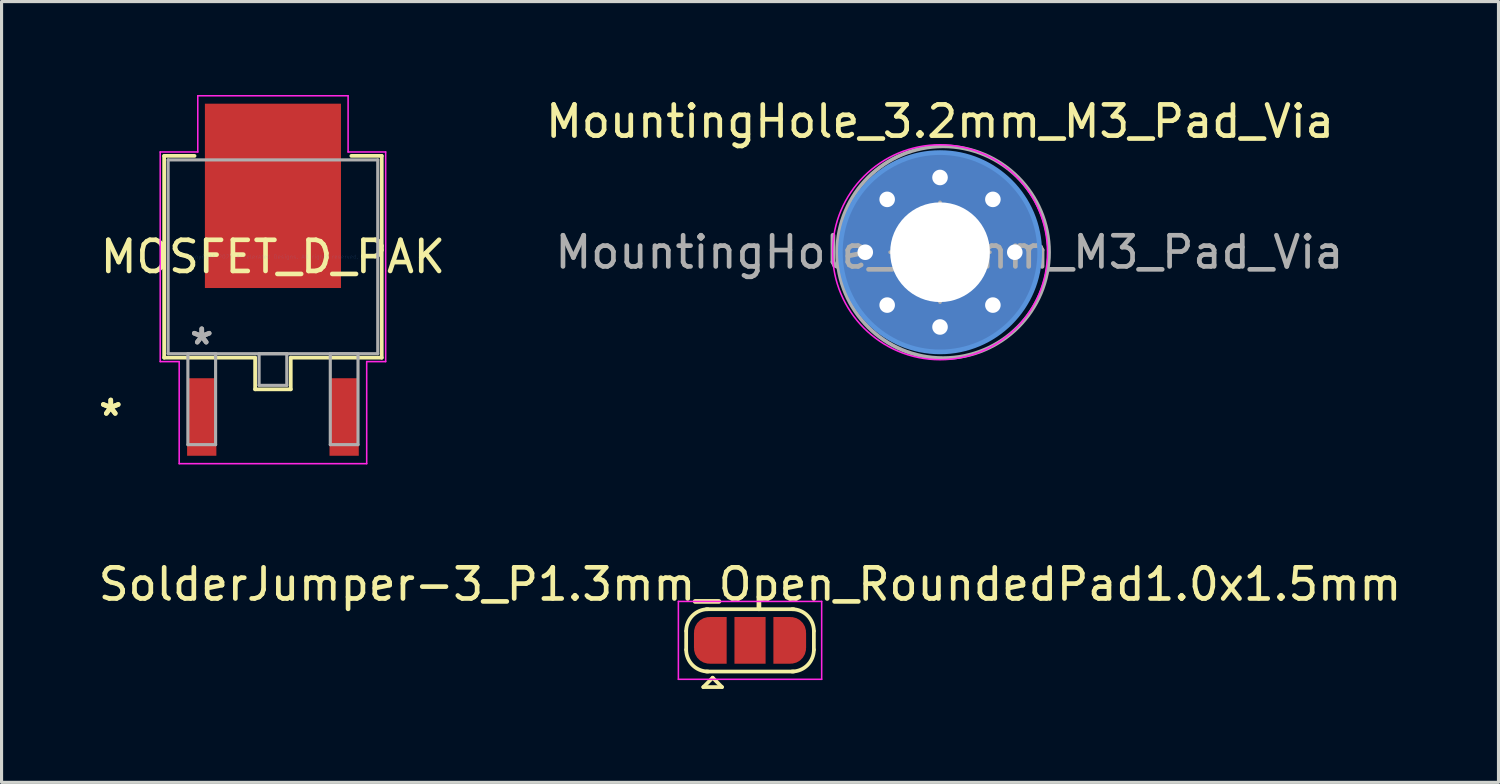
<source format=kicad_pcb>
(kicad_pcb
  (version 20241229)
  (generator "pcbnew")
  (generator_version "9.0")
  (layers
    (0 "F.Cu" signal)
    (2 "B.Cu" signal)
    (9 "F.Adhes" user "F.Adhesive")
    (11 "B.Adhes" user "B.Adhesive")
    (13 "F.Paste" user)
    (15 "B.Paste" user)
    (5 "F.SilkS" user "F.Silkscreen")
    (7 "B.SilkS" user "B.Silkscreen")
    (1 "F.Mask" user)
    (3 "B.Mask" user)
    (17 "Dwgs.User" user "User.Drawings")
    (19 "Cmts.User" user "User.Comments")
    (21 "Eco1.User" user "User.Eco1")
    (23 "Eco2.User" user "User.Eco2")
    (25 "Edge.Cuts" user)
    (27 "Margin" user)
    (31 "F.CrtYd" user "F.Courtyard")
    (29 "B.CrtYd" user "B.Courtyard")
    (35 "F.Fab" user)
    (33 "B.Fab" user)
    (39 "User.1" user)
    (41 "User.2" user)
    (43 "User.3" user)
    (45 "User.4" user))
  (footprint "MOSFET_D_PAK"
    (layer "F.Cu")
    (at 5.713 5.194)
    (property "Reference" "MOSFET_D_PAK" (at 0 0 0) (layer "F.SilkS") (effects (font (size 1 1) (thickness 0.15))))
    (attr through_hole)
    (fp_line (start -3.493 -3.239) (end -3.493 3.239) (stroke (width 0.12) (type solid)) (layer "F.SilkS"))
    (fp_line (start -3.493 3.239) (end -0.572 3.239) (stroke (width 0.12) (type solid)) (layer "F.SilkS"))
    (fp_line (start -2.517 -3.239) (end -3.493 -3.239) (stroke (width 0.12) (type solid)) (layer "F.SilkS"))
    (fp_line (start -0.572 3.239) (end -0.572 4.255) (stroke (width 0.12) (type solid)) (layer "F.SilkS"))
    (fp_line (start -0.572 4.255) (end 0.572 4.255) (stroke (width 0.12) (type solid)) (layer "F.SilkS"))
    (fp_line (start 0.572 3.239) (end 3.493 3.239) (stroke (width 0.12) (type solid)) (layer "F.SilkS"))
    (fp_line (start 0.572 4.255) (end 0.572 3.239) (stroke (width 0.12) (type solid)) (layer "F.SilkS"))
    (fp_line (start 3.493 -3.239) (end 2.517 -3.239) (stroke (width 0.12) (type solid)) (layer "F.SilkS"))
    (fp_line (start 3.493 3.239) (end 3.493 -3.239) (stroke (width 0.12) (type solid)) (layer "F.SilkS"))
    (fp_line (start -3.619 -3.365) (end -2.413 -3.365) (stroke (width 0.05) (type solid)) (layer "F.CrtYd"))
    (fp_line (start -3.619 3.365) (end -3.619 -3.365) (stroke (width 0.05) (type solid)) (layer "F.CrtYd"))
    (fp_line (start -3.01 3.365) (end -3.619 3.365) (stroke (width 0.05) (type solid)) (layer "F.CrtYd"))
    (fp_line (start -3.01 6.642) (end -3.01 3.365) (stroke (width 0.05) (type solid)) (layer "F.CrtYd"))
    (fp_line (start -2.413 -5.169) (end 2.413 -5.169) (stroke (width 0.05) (type solid)) (layer "F.CrtYd"))
    (fp_line (start -2.413 -3.365) (end -2.413 -5.169) (stroke (width 0.05) (type solid)) (layer "F.CrtYd"))
    (fp_line (start 2.413 -5.169) (end 2.413 -3.365) (stroke (width 0.05) (type solid)) (layer "F.CrtYd"))
    (fp_line (start 2.413 -3.365) (end 3.619 -3.365) (stroke (width 0.05) (type solid)) (layer "F.CrtYd"))
    (fp_line (start 3.01 3.365) (end 3.01 6.642) (stroke (width 0.05) (type solid)) (layer "F.CrtYd"))
    (fp_line (start 3.01 6.642) (end -3.01 6.642) (stroke (width 0.05) (type solid)) (layer "F.CrtYd"))
    (fp_line (start 3.619 -3.365) (end 3.619 3.365) (stroke (width 0.05) (type solid)) (layer "F.CrtYd"))
    (fp_line (start 3.619 3.365) (end 3.01 3.365) (stroke (width 0.05) (type solid)) (layer "F.CrtYd"))
    (fp_line (start -3.365 -3.111) (end -3.365 3.111) (stroke (width 0.1) (type solid)) (layer "F.Fab"))
    (fp_line (start -3.365 3.111) (end 3.365 3.111) (stroke (width 0.1) (type solid)) (layer "F.Fab"))
    (fp_line (start -2.731 3.111) (end -2.731 6.032) (stroke (width 0.1) (type solid)) (layer "F.Fab"))
    (fp_line (start -2.731 6.032) (end -1.841 6.032) (stroke (width 0.1) (type solid)) (layer "F.Fab"))
    (fp_line (start -1.841 3.111) (end -2.731 3.111) (stroke (width 0.1) (type solid)) (layer "F.Fab"))
    (fp_line (start -1.841 6.032) (end -1.841 3.111) (stroke (width 0.1) (type solid)) (layer "F.Fab"))
    (fp_line (start -0.445 3.111) (end -0.445 4.128) (stroke (width 0.1) (type solid)) (layer "F.Fab"))
    (fp_line (start -0.445 4.128) (end 0.445 4.128) (stroke (width 0.1) (type solid)) (layer "F.Fab"))
    (fp_line (start 0.445 3.111) (end -0.445 3.111) (stroke (width 0.1) (type solid)) (layer "F.Fab"))
    (fp_line (start 0.445 4.128) (end 0.445 3.111) (stroke (width 0.1) (type solid)) (layer "F.Fab"))
    (fp_line (start 1.841 3.111) (end 1.841 6.032) (stroke (width 0.1) (type solid)) (layer "F.Fab"))
    (fp_line (start 1.841 6.032) (end 2.731 6.032) (stroke (width 0.1) (type solid)) (layer "F.Fab"))
    (fp_line (start 2.731 3.111) (end 1.841 3.111) (stroke (width 0.1) (type solid)) (layer "F.Fab"))
    (fp_line (start 2.731 6.032) (end 2.731 3.111) (stroke (width 0.1) (type solid)) (layer "F.Fab"))
    (fp_line (start 3.365 -3.111) (end -3.365 -3.111) (stroke (width 0.1) (type solid)) (layer "F.Fab"))
    (fp_line (start 3.365 3.111) (end 3.365 -3.111) (stroke (width 0.1) (type solid)) (layer "F.Fab"))
    (fp_text user "*" (at -5.207 5.144 0) (layer "F.SilkS") (effects (font (size 1 1) (thickness 0.15))))
    (fp_text user "*" (at -5.207 5.144 0) (layer "F.SilkS") (effects (font (size 1 1) (thickness 0.15))))
    (fp_text user "Copyright 2021 Accelerated Designs. All rights reserved." (at 0 0 0) (layer "Cmts.User") (effects (font (size 0.127 0.127) (thickness 0.002))))
    (fp_text user "*" (at -2.286 2.857 0) (layer "F.Fab") (effects (font (size 1 1) (thickness 0.15))))
    (fp_text user "*" (at -2.286 2.857 0) (layer "F.Fab") (effects (font (size 1 1) (thickness 0.15))))
    (pad "1" smd rect (at -2.286 5.144) (size 0.94 2.489) (layers "F.Cu" "F.Mask" "F.Paste"))
    (pad "2" smd rect (at 2.286 5.144) (size 0.94 2.489) (layers "F.Cu" "F.Mask" "F.Paste"))
    (pad "3" smd rect (at 0 -1.956) (size 4.369 5.918) (layers "F.Cu" "F.Mask" "F.Paste")))
  (footprint "SolderJumper-3_P1.3mm_Open_RoundedPad1.0x1.5mm"
    (layer "F.Cu")
    (at 21.03 17.509)
    (property "Reference" "SolderJumper-3_P1.3mm_Open_RoundedPad1.0x1.5mm" (at 0 -1.8 0) (layer "F.SilkS") (effects (font (size 1 1) (thickness 0.15))))
    (attr exclude_from_pos_files exclude_from_bom)
    (fp_line (start -2.05 0.3) (end -2.05 -0.3) (stroke (width 0.12) (type solid)) (layer "F.SilkS"))
    (fp_line (start -1.5 1.5) (end -0.9 1.5) (stroke (width 0.12) (type solid)) (layer "F.SilkS"))
    (fp_line (start -1.4 -1) (end 1.4 -1) (stroke (width 0.12) (type solid)) (layer "F.SilkS"))
    (fp_line (start -1.2 1.2) (end -1.5 1.5) (stroke (width 0.12) (type solid)) (layer "F.SilkS"))
    (fp_line (start -1.2 1.2) (end -0.9 1.5) (stroke (width 0.12) (type solid)) (layer "F.SilkS"))
    (fp_line (start 1.4 1) (end -1.4 1) (stroke (width 0.12) (type solid)) (layer "F.SilkS"))
    (fp_line (start 2.05 -0.3) (end 2.05 0.3) (stroke (width 0.12) (type solid)) (layer "F.SilkS"))
    (fp_arc (start -2.05 -0.3) (mid -1.844975 -0.794975) (end -1.35 -1) (stroke (width 0.12) (type solid)) (layer "F.SilkS"))
    (fp_arc (start -1.35 1) (mid -1.844975 0.794975) (end -2.05 0.3) (stroke (width 0.12) (type solid)) (layer "F.SilkS"))
    (fp_arc (start 1.35 -1) (mid 1.844975 -0.794975) (end 2.05 -0.3) (stroke (width 0.12) (type solid)) (layer "F.SilkS"))
    (fp_arc (start 2.05 0.3) (mid 1.844975 0.794975) (end 1.35 1) (stroke (width 0.12) (type solid)) (layer "F.SilkS"))
    (fp_line (start -2.3 -1.25) (end -2.3 1.25) (stroke (width 0.05) (type solid)) (layer "F.CrtYd"))
    (fp_line (start -2.3 -1.25) (end 2.3 -1.25) (stroke (width 0.05) (type solid)) (layer "F.CrtYd"))
    (fp_line (start 2.3 1.25) (end -2.3 1.25) (stroke (width 0.05) (type solid)) (layer "F.CrtYd"))
    (fp_line (start 2.3 1.25) (end 2.3 -1.25) (stroke (width 0.05) (type solid)) (layer "F.CrtYd"))
    (pad "1" smd custom (at -1.3 0) (size 1 0.5) (layers "F.Cu" "F.Mask") (options (anchor rect)) (primitives (gr_circle (center 0 0.25) (end 0.5 0.25) (width 0) (fill yes)) (gr_circle (center 0 -0.25) (end 0.5 -0.25) (width 0) (fill yes)) (gr_poly (pts (xy 0.55 -0.75) (xy 0 -0.75) (xy 0 0.75) (xy 0.55 0.75)) (width 0) (fill yes))))
    (pad "2" smd rect (at 0 0) (size 1 1.5) (layers "F.Cu" "F.Mask"))
    (pad "3" smd custom (at 1.3 0) (size 1 0.5) (layers "F.Cu" "F.Mask") (options (anchor rect)) (primitives (gr_circle (center 0 0.25) (end 0.5 0.25) (width 0) (fill yes)) (gr_circle (center 0 -0.25) (end 0.5 -0.25) (width 0) (fill yes)) (gr_poly (pts (xy -0.55 -0.75) (xy 0 -0.75) (xy 0 0.75) (xy -0.55 0.75)) (width 0) (fill yes)))))
  (footprint "MountingHole_3.2mm_M3_Pad_Via"
    (layer "F.Cu")
    (at 27.13 5.048)
    (property "Reference" "MountingHole_3.2mm_M3_Pad_Via" (at 0 -4.2 0) (layer "F.SilkS") (effects (font (size 1 1) (thickness 0.15))))
    (attr exclude_from_pos_files exclude_from_bom)
    (fp_circle (center 0 0) (end 3.2 0) (stroke (width 0.15) (type solid)) (fill no) (layer "Cmts.User"))
    (fp_circle (center 0 0) (end 3.45 0) (stroke (width 0.05) (type solid)) (fill no) (layer "F.CrtYd"))
    (fp_line (start -1.6 0) (end 1.6 0) (stroke (width 0.12) (type solid)) (layer "F.Fab"))
    (fp_line (start 0 -1.6) (end 0 1.6) (stroke (width 0.12) (type solid)) (layer "F.Fab"))
    (fp_circle (center 0.1 0) (end -3.3 0) (stroke (width 0.12) (type solid)) (fill no) (layer "F.Fab"))
    (fp_text user "${REFERENCE}" (at 0.3 0 0) (layer "F.Fab") (effects (font (size 1 1) (thickness 0.15))))
    (pad "1" thru_hole circle (at -2.4 0) (size 0.8 0.8) (drill 0.5) (layers "*.Cu" "*.Mask"))
    (pad "1" thru_hole circle (at -1.697 -1.697) (size 0.8 0.8) (drill 0.5) (layers "*.Cu" "*.Mask"))
    (pad "1" thru_hole circle (at -1.697 1.697) (size 0.8 0.8) (drill 0.5) (layers "*.Cu" "*.Mask"))
    (pad "1" thru_hole circle (at 0 -2.4) (size 0.8 0.8) (drill 0.5) (layers "*.Cu" "*.Mask"))
    (pad "1" thru_hole circle (at 0 0) (size 6.4 6.4) (drill 3.2) (layers "*.Cu" "*.Mask"))
    (pad "1" thru_hole circle (at 0 2.4) (size 0.8 0.8) (drill 0.5) (layers "*.Cu" "*.Mask"))
    (pad "1" thru_hole circle (at 1.697 -1.697) (size 0.8 0.8) (drill 0.5) (layers "*.Cu" "*.Mask"))
    (pad "1" thru_hole circle (at 1.697 1.697) (size 0.8 0.8) (drill 0.5) (layers "*.Cu" "*.Mask"))
    (pad "1" thru_hole circle (at 2.4 0) (size 0.8 0.8) (drill 0.5) (layers "*.Cu" "*.Mask")))
  (gr_rect
    (start -3 -3)
    (end 45.06 22.069)
    (stroke (width 0.1) (type default))
    (fill no)
    (layer "Edge.Cuts")))
</source>
